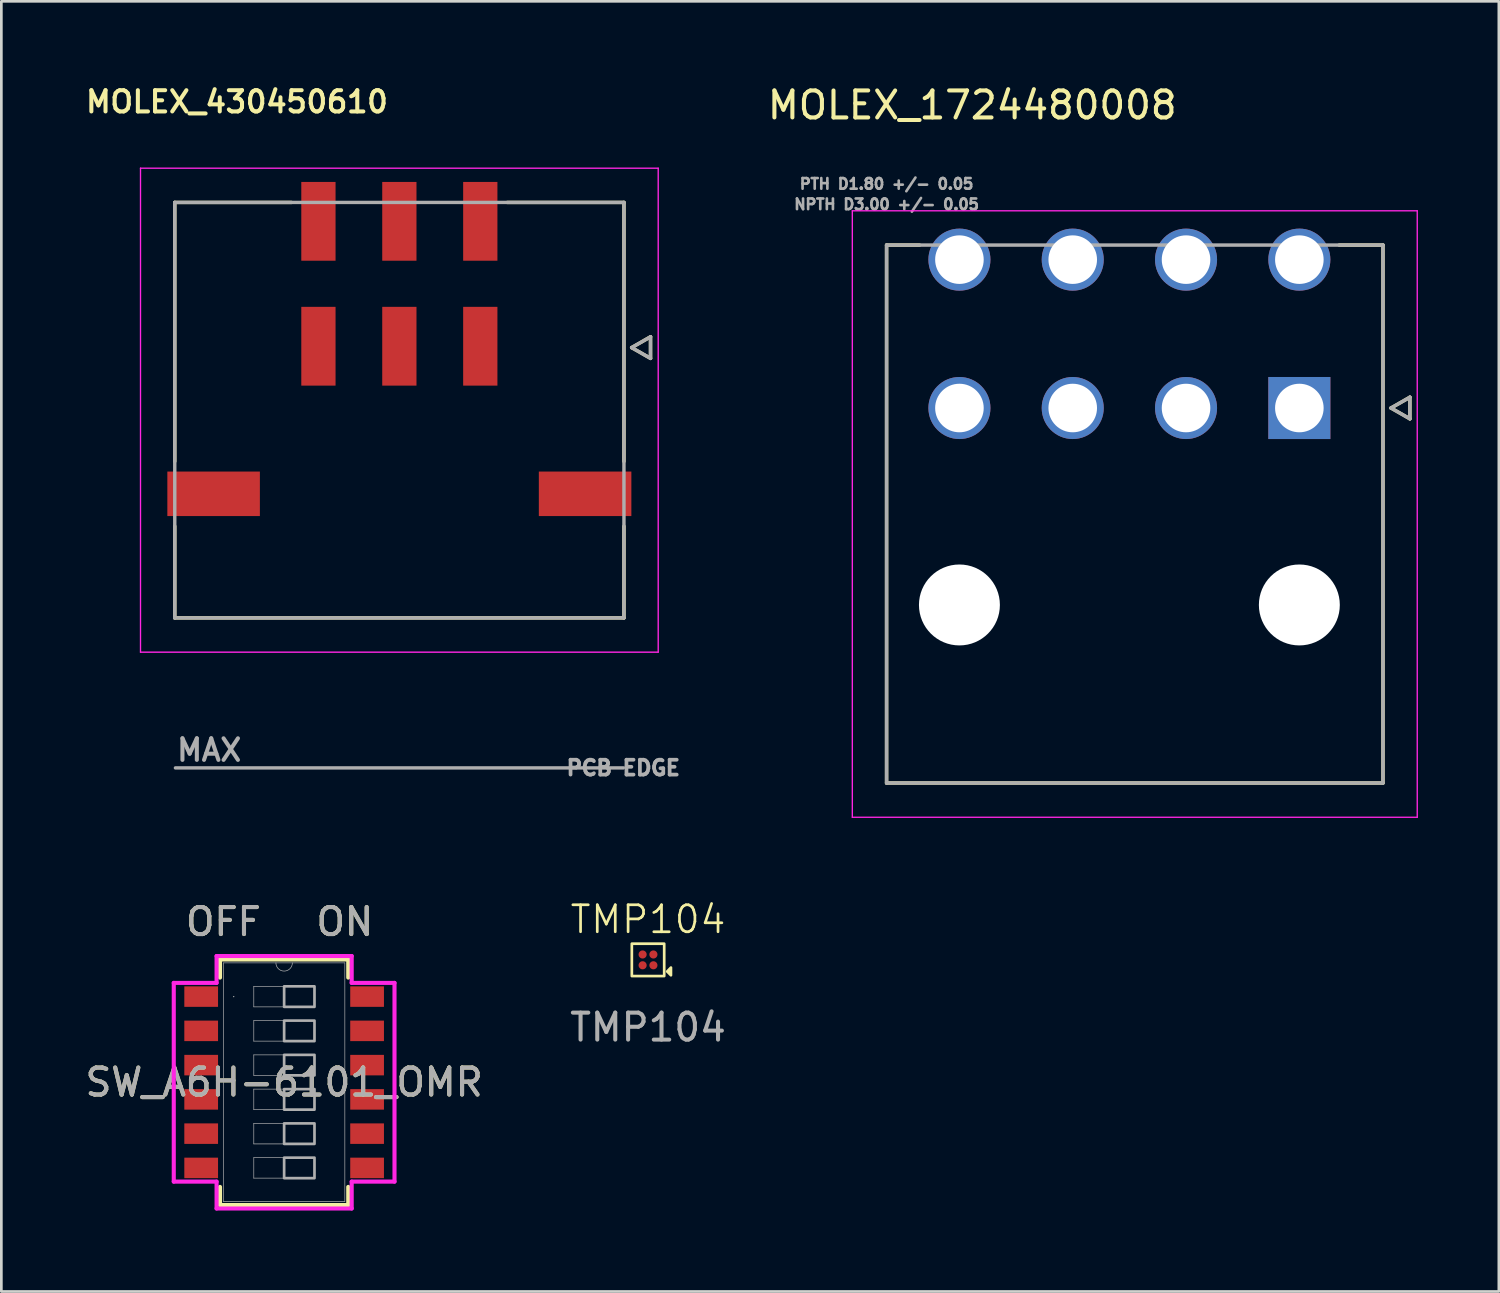
<source format=kicad_pcb>
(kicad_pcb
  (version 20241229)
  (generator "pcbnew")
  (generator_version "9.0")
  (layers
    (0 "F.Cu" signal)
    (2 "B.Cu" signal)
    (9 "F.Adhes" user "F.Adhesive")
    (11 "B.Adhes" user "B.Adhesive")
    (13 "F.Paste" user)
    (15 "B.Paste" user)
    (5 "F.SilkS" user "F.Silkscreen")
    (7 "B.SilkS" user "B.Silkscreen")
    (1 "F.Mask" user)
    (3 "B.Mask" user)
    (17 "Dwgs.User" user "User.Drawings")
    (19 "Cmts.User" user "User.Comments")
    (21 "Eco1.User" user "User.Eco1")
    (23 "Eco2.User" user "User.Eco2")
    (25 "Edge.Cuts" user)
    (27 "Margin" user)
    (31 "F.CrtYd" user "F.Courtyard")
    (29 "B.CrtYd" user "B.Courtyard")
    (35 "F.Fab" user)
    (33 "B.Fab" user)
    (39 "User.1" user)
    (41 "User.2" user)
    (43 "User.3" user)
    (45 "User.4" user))
  (footprint "SW_A6H-6101_OMR"
    (layer "F.Cu")
    (at 7.482 37.066)
    (property "Reference" "SW_A6H-6101_OMR" (at 0 0 0) (unlocked yes) (layer "F.SilkS") (effects (font (size 1 1) (thickness 0.15))))
    (attr smd)
    (fp_line (start -2.377 -4.552) (end -2.377 -3.88) (stroke (width 0.152) (type solid)) (layer "F.SilkS"))
    (fp_line (start -2.377 3.88) (end -2.377 4.552) (stroke (width 0.152) (type solid)) (layer "F.SilkS"))
    (fp_line (start -2.377 4.552) (end 2.377 4.552) (stroke (width 0.152) (type solid)) (layer "F.SilkS"))
    (fp_line (start 2.377 -4.552) (end -2.377 -4.552) (stroke (width 0.152) (type solid)) (layer "F.SilkS"))
    (fp_line (start 2.377 -3.88) (end 2.377 -4.552) (stroke (width 0.152) (type solid)) (layer "F.SilkS"))
    (fp_line (start 2.377 4.552) (end 2.377 3.88) (stroke (width 0.152) (type solid)) (layer "F.SilkS"))
    (fp_line (start -4.091 -3.683) (end -2.504 -3.683) (stroke (width 0.152) (type solid)) (layer "F.CrtYd"))
    (fp_line (start -4.091 3.683) (end -4.091 -3.683) (stroke (width 0.152) (type solid)) (layer "F.CrtYd"))
    (fp_line (start -2.504 -4.679) (end 2.504 -4.679) (stroke (width 0.152) (type solid)) (layer "F.CrtYd"))
    (fp_line (start -2.504 -3.683) (end -2.504 -4.679) (stroke (width 0.152) (type solid)) (layer "F.CrtYd"))
    (fp_line (start -2.504 3.683) (end -4.091 3.683) (stroke (width 0.152) (type solid)) (layer "F.CrtYd"))
    (fp_line (start -2.504 4.679) (end -2.504 3.683) (stroke (width 0.152) (type solid)) (layer "F.CrtYd"))
    (fp_line (start 2.504 -4.679) (end 2.504 -3.683) (stroke (width 0.152) (type solid)) (layer "F.CrtYd"))
    (fp_line (start 2.504 -3.683) (end 4.091 -3.683) (stroke (width 0.152) (type solid)) (layer "F.CrtYd"))
    (fp_line (start 2.504 3.683) (end 2.504 4.679) (stroke (width 0.152) (type solid)) (layer "F.CrtYd"))
    (fp_line (start 2.504 4.679) (end -2.504 4.679) (stroke (width 0.152) (type solid)) (layer "F.CrtYd"))
    (fp_line (start 4.091 -3.683) (end 4.091 3.683) (stroke (width 0.152) (type solid)) (layer "F.CrtYd"))
    (fp_line (start 4.091 3.683) (end 2.504 3.683) (stroke (width 0.152) (type solid)) (layer "F.CrtYd"))
    (fp_line (start -2.25 -4.425) (end -2.25 4.425) (stroke (width 0.025) (type solid)) (layer "F.Fab"))
    (fp_line (start -2.25 4.425) (end 2.25 4.425) (stroke (width 0.025) (type solid)) (layer "F.Fab"))
    (fp_line (start -1.125 -3.555) (end 1.125 -3.555) (stroke (width 0.025) (type solid)) (layer "F.Fab"))
    (fp_line (start -1.125 -2.795) (end -1.125 -3.555) (stroke (width 0.025) (type solid)) (layer "F.Fab"))
    (fp_line (start -1.125 -2.285) (end 1.125 -2.285) (stroke (width 0.025) (type solid)) (layer "F.Fab"))
    (fp_line (start -1.125 -1.525) (end -1.125 -2.285) (stroke (width 0.025) (type solid)) (layer "F.Fab"))
    (fp_line (start -1.125 -1.015) (end 1.125 -1.015) (stroke (width 0.025) (type solid)) (layer "F.Fab"))
    (fp_line (start -1.125 -0.255) (end -1.125 -1.015) (stroke (width 0.025) (type solid)) (layer "F.Fab"))
    (fp_line (start -1.125 0.255) (end 1.125 0.255) (stroke (width 0.025) (type solid)) (layer "F.Fab"))
    (fp_line (start -1.125 1.015) (end -1.125 0.255) (stroke (width 0.025) (type solid)) (layer "F.Fab"))
    (fp_line (start -1.125 1.525) (end 1.125 1.525) (stroke (width 0.025) (type solid)) (layer "F.Fab"))
    (fp_line (start -1.125 2.285) (end -1.125 1.525) (stroke (width 0.025) (type solid)) (layer "F.Fab"))
    (fp_line (start -1.125 2.795) (end 1.125 2.795) (stroke (width 0.025) (type solid)) (layer "F.Fab"))
    (fp_line (start -1.125 3.555) (end -1.125 2.795) (stroke (width 0.025) (type solid)) (layer "F.Fab"))
    (fp_line (start 1.125 -3.555) (end 1.125 -2.795) (stroke (width 0.025) (type solid)) (layer "F.Fab"))
    (fp_line (start 1.125 -2.795) (end -1.125 -2.795) (stroke (width 0.025) (type solid)) (layer "F.Fab"))
    (fp_line (start 1.125 -2.285) (end 1.125 -1.525) (stroke (width 0.025) (type solid)) (layer "F.Fab"))
    (fp_line (start 1.125 -1.525) (end -1.125 -1.525) (stroke (width 0.025) (type solid)) (layer "F.Fab"))
    (fp_line (start 1.125 -1.015) (end 1.125 -0.255) (stroke (width 0.025) (type solid)) (layer "F.Fab"))
    (fp_line (start 1.125 -0.255) (end -1.125 -0.255) (stroke (width 0.025) (type solid)) (layer "F.Fab"))
    (fp_line (start 1.125 0.255) (end 1.125 1.015) (stroke (width 0.025) (type solid)) (layer "F.Fab"))
    (fp_line (start 1.125 1.015) (end -1.125 1.015) (stroke (width 0.025) (type solid)) (layer "F.Fab"))
    (fp_line (start 1.125 1.525) (end 1.125 2.285) (stroke (width 0.025) (type solid)) (layer "F.Fab"))
    (fp_line (start 1.125 2.285) (end -1.125 2.285) (stroke (width 0.025) (type solid)) (layer "F.Fab"))
    (fp_line (start 1.125 2.795) (end 1.125 3.555) (stroke (width 0.025) (type solid)) (layer "F.Fab"))
    (fp_line (start 1.125 3.555) (end -1.125 3.555) (stroke (width 0.025) (type solid)) (layer "F.Fab"))
    (fp_line (start 2.25 -4.425) (end -2.25 -4.425) (stroke (width 0.025) (type solid)) (layer "F.Fab"))
    (fp_line (start 2.25 4.425) (end 2.25 -4.425) (stroke (width 0.025) (type solid)) (layer "F.Fab"))
    (fp_arc (start 0.3048 -4.425) (mid 0 -4.1202) (end -0.3048 -4.425) (stroke (width 0.0254) (type solid)) (layer "F.Fab"))
    (fp_circle (center -1.869 -3.175) (end -1.869 -3.175) (stroke (width 0.025) (type solid)) (fill no) (layer "F.Fab"))
    (fp_poly (pts (xy 0 -3.555) (xy 1.125 -3.555) (xy 1.125 -2.795) (xy 0 -2.795)) (stroke (width 0.1) (type solid)) (fill no) (layer "F.Fab"))
    (fp_poly (pts (xy 0 -2.285) (xy 1.125 -2.285) (xy 1.125 -1.525) (xy 0 -1.525)) (stroke (width 0.1) (type solid)) (fill no) (layer "F.Fab"))
    (fp_poly (pts (xy 0 -1.015) (xy 1.125 -1.015) (xy 1.125 -0.255) (xy 0 -0.255)) (stroke (width 0.1) (type solid)) (fill no) (layer "F.Fab"))
    (fp_poly (pts (xy 0 0.255) (xy 1.125 0.255) (xy 1.125 1.015) (xy 0 1.015)) (stroke (width 0.1) (type solid)) (fill no) (layer "F.Fab"))
    (fp_poly (pts (xy 0 1.525) (xy 1.125 1.525) (xy 1.125 2.285) (xy 0 2.285)) (stroke (width 0.1) (type solid)) (fill no) (layer "F.Fab"))
    (fp_poly (pts (xy 0 2.795) (xy 1.125 2.795) (xy 1.125 3.555) (xy 0 3.555)) (stroke (width 0.1) (type solid)) (fill no) (layer "F.Fab"))
    (fp_text user "OFF" (at -2.25 -5.949 0) (unlocked yes) (layer "F.SilkS") (effects (font (size 1 1) (thickness 0.15))))
    (fp_text user "ON" (at 2.25 -5.949 0) (unlocked yes) (layer "F.SilkS") (effects (font (size 1 1) (thickness 0.15))))
    (fp_text user "OFF" (at -2.25 -5.949 0) (unlocked yes) (layer "F.Fab") (effects (font (size 1 1) (thickness 0.15))))
    (fp_text user "${REFERENCE}" (at 0 0 0) (unlocked yes) (layer "F.Fab") (effects (font (size 1 1) (thickness 0.15))))
    (fp_text user "ON" (at 2.25 -5.949 0) (unlocked yes) (layer "F.Fab") (effects (font (size 1 1) (thickness 0.15))))
    (pad "1" smd rect (at -3.075 -3.175) (size 1.25 0.76) (layers "F.Cu" "F.Mask" "F.Paste"))
    (pad "2" smd rect (at -3.075 -1.905) (size 1.25 0.76) (layers "F.Cu" "F.Mask" "F.Paste"))
    (pad "3" smd rect (at -3.075 -0.635) (size 1.25 0.76) (layers "F.Cu" "F.Mask" "F.Paste"))
    (pad "4" smd rect (at -3.075 0.635) (size 1.25 0.76) (layers "F.Cu" "F.Mask" "F.Paste"))
    (pad "5" smd rect (at -3.075 1.905) (size 1.25 0.76) (layers "F.Cu" "F.Mask" "F.Paste"))
    (pad "6" smd rect (at -3.075 3.175) (size 1.25 0.76) (layers "F.Cu" "F.Mask" "F.Paste"))
    (pad "7" smd rect (at 3.075 3.175) (size 1.25 0.76) (layers "F.Cu" "F.Mask" "F.Paste"))
    (pad "8" smd rect (at 3.075 1.905) (size 1.25 0.76) (layers "F.Cu" "F.Mask" "F.Paste"))
    (pad "9" smd rect (at 3.075 0.635) (size 1.25 0.76) (layers "F.Cu" "F.Mask" "F.Paste"))
    (pad "10" smd rect (at 3.075 -0.635) (size 1.25 0.76) (layers "F.Cu" "F.Mask" "F.Paste"))
    (pad "11" smd rect (at 3.075 -1.905) (size 1.25 0.76) (layers "F.Cu" "F.Mask" "F.Paste"))
    (pad "12" smd rect (at 3.075 -3.175) (size 1.25 0.76) (layers "F.Cu" "F.Mask" "F.Paste")))
  (footprint "MOLEX_1724480008"
    (layer "F.Cu")
    (at 45.113 12.074)
    (property "Reference" "MOLEX_1724480008" (at -12.125 -11.226 0) (layer "F.SilkS") (effects (font (size 1 1) (thickness 0.15))))
    (attr through_hole)
    (fp_circle (center -12.6 -5.5) (end -11.987 -5.5) (stroke (width 1.226) (type solid)) (fill no) (layer "F.Mask"))
    (fp_circle (center -12.6 0) (end -11.987 0) (stroke (width 1.226) (type solid)) (fill no) (layer "F.Mask"))
    (fp_circle (center -12.6 7.3) (end -11.812 7.3) (stroke (width 1.576) (type solid)) (fill no) (layer "F.Mask"))
    (fp_circle (center -8.4 -5.5) (end -7.787 -5.5) (stroke (width 1.226) (type solid)) (fill no) (layer "F.Mask"))
    (fp_circle (center -8.4 0) (end -7.787 0) (stroke (width 1.226) (type solid)) (fill no) (layer "F.Mask"))
    (fp_circle (center -4.2 -5.5) (end -3.587 -5.5) (stroke (width 1.226) (type solid)) (fill no) (layer "F.Mask"))
    (fp_circle (center -4.2 0) (end -3.587 0) (stroke (width 1.226) (type solid)) (fill no) (layer "F.Mask"))
    (fp_circle (center 0 -5.5) (end 0.613 -5.5) (stroke (width 1.226) (type solid)) (fill no) (layer "F.Mask"))
    (fp_circle (center 0 7.3) (end 0.788 7.3) (stroke (width 1.576) (type solid)) (fill no) (layer "F.Mask"))
    (fp_poly (pts (xy -1.226 -1.226) (xy 1.226 -1.226) (xy 1.226 1.226) (xy -1.226 1.226)) (stroke (width 0.01) (type solid)) (fill yes) (layer "F.Mask"))
    (fp_circle (center -12.6 -5.5) (end -11.987 -5.5) (stroke (width 1.226) (type solid)) (fill no) (layer "B.Mask"))
    (fp_circle (center -12.6 0) (end -11.987 0) (stroke (width 1.226) (type solid)) (fill no) (layer "B.Mask"))
    (fp_circle (center -12.6 7.3) (end -11.812 7.3) (stroke (width 1.576) (type solid)) (fill no) (layer "B.Mask"))
    (fp_circle (center -8.4 -5.5) (end -7.787 -5.5) (stroke (width 1.226) (type solid)) (fill no) (layer "B.Mask"))
    (fp_circle (center -8.4 0) (end -7.787 0) (stroke (width 1.226) (type solid)) (fill no) (layer "B.Mask"))
    (fp_circle (center -4.2 -5.5) (end -3.587 -5.5) (stroke (width 1.226) (type solid)) (fill no) (layer "B.Mask"))
    (fp_circle (center -4.2 0) (end -3.587 0) (stroke (width 1.226) (type solid)) (fill no) (layer "B.Mask"))
    (fp_circle (center 0 -5.5) (end 0.613 -5.5) (stroke (width 1.226) (type solid)) (fill no) (layer "B.Mask"))
    (fp_circle (center 0 7.3) (end 0.788 7.3) (stroke (width 1.576) (type solid)) (fill no) (layer "B.Mask"))
    (fp_poly (pts (xy -1.226 -1.226) (xy 1.226 -1.226) (xy 1.226 1.226) (xy -1.226 1.226)) (stroke (width 0.01) (type solid)) (fill yes) (layer "B.Mask"))
    (fp_line (start -15.3 -6.04) (end -14.076 -6.04) (stroke (width 0.127) (type solid)) (layer "F.SilkS"))
    (fp_line (start -15.3 13.9) (end -15.3 -6.04) (stroke (width 0.127) (type solid)) (layer "F.SilkS"))
    (fp_line (start 3.1 -6.04) (end 1.476 -6.04) (stroke (width 0.127) (type solid)) (layer "F.SilkS"))
    (fp_line (start 3.1 -6.04) (end 3.1 13.9) (stroke (width 0.127) (type solid)) (layer "F.SilkS"))
    (fp_line (start 3.1 13.9) (end -15.3 13.9) (stroke (width 0.127) (type solid)) (layer "F.SilkS"))
    (fp_line (start 3.397 0) (end 4.097 0.4) (stroke (width 0.127) (type solid)) (layer "F.SilkS"))
    (fp_line (start 4.097 -0.4) (end 3.397 0) (stroke (width 0.127) (type solid)) (layer "F.SilkS"))
    (fp_line (start 4.097 0.4) (end 4.097 -0.4) (stroke (width 0.127) (type solid)) (layer "F.SilkS"))
    (fp_line (start -16.57 -7.31) (end 4.37 -7.31) (stroke (width 0.05) (type solid)) (layer "F.CrtYd"))
    (fp_line (start -16.57 15.17) (end -16.57 -7.31) (stroke (width 0.05) (type solid)) (layer "F.CrtYd"))
    (fp_line (start 4.37 -7.31) (end 4.37 15.17) (stroke (width 0.05) (type solid)) (layer "F.CrtYd"))
    (fp_line (start 4.37 15.17) (end -16.57 15.17) (stroke (width 0.05) (type solid)) (layer "F.CrtYd"))
    (fp_line (start -15.3 -6.04) (end 3.1 -6.04) (stroke (width 0.127) (type solid)) (layer "F.Fab"))
    (fp_line (start -15.3 13.9) (end -15.3 -6.04) (stroke (width 0.127) (type solid)) (layer "F.Fab"))
    (fp_line (start 3.1 -6.04) (end 3.1 13.9) (stroke (width 0.127) (type solid)) (layer "F.Fab"))
    (fp_line (start 3.1 13.9) (end -15.3 13.9) (stroke (width 0.127) (type solid)) (layer "F.Fab"))
    (fp_line (start 3.397 0) (end 4.097 0.4) (stroke (width 0.127) (type solid)) (layer "F.Fab"))
    (fp_line (start 4.097 -0.4) (end 3.397 0) (stroke (width 0.127) (type solid)) (layer "F.Fab"))
    (fp_line (start 4.097 0.4) (end 4.097 -0.4) (stroke (width 0.127) (type solid)) (layer "F.Fab"))
    (fp_text user "PTH D1.80 +/- 0.05" (at -15.3 -8.307 0) (layer "F.Fab") (effects (font (size 0.394 0.394) (thickness 0.15))))
    (fp_text user "NPTH D3.00 +/- 0.05" (at -15.3 -7.55 0) (layer "F.Fab") (effects (font (size 0.394 0.394) (thickness 0.15))))
    (pad "" np_thru_hole circle (at -12.6 7.3) (size 3 3) (drill 3) (layers "*.Cu" "*.Mask"))
    (pad "" np_thru_hole circle (at 0 7.3) (size 3 3) (drill 3) (layers "*.Cu" "*.Mask"))
    (pad "1" thru_hole rect (at 0 0) (size 2.3 2.3) (drill 1.8) (layers "*.Cu"))
    (pad "2" thru_hole circle (at -4.2 0) (size 2.3 2.3) (drill 1.8) (layers "*.Cu"))
    (pad "3" thru_hole circle (at -8.4 0) (size 2.3 2.3) (drill 1.8) (layers "*.Cu"))
    (pad "4" thru_hole circle (at -12.6 0) (size 2.3 2.3) (drill 1.8) (layers "*.Cu"))
    (pad "5" thru_hole circle (at 0 -5.5) (size 2.3 2.3) (drill 1.8) (layers "*.Cu"))
    (pad "6" thru_hole circle (at -4.2 -5.5) (size 2.3 2.3) (drill 1.8) (layers "*.Cu"))
    (pad "7" thru_hole circle (at -8.4 -5.5) (size 2.3 2.3) (drill 1.8) (layers "*.Cu"))
    (pad "8" thru_hole circle (at -12.6 -5.5) (size 2.3 2.3) (drill 1.8) (layers "*.Cu")))
  (footprint "TMP104"
    (layer "F.Cu")
    (at 20.97 32.53)
    (property "Reference" "TMP104" (at 0 -1.5 0) (unlocked yes) (layer "F.SilkS") (effects (font (size 1 1) (thickness 0.1))))
    (attr smd)
    (fp_rect (start -0.6 -0.6) (end 0.6 0.6) (stroke (width 0.1) (type default)) (fill no) (layer "F.SilkS"))
    (fp_poly (pts (xy 0.85 0.285) (xy 0.71 0.43) (xy 0.85 0.57)) (stroke (width 0.1) (type solid)) (fill yes) (layer "F.SilkS"))
    (fp_text user "${REFERENCE}" (at 0 2.5 0) (unlocked yes) (layer "F.Fab") (effects (font (size 1 1) (thickness 0.15))))
    (pad "1" smd circle (at 0.2 0.2) (size 0.3 0.3) (layers "F.Cu" "F.Mask" "F.Paste"))
    (pad "2" smd circle (at -0.2 0.2) (size 0.3 0.3) (layers "F.Cu" "F.Mask" "F.Paste"))
    (pad "3" smd circle (at 0.2 -0.2) (size 0.3 0.3) (layers "F.Cu" "F.Mask" "F.Paste"))
    (pad "4" smd circle (at -0.2 -0.2) (size 0.3 0.3) (layers "F.Cu" "F.Mask" "F.Paste")))
  (footprint "MOLEX_430450610"
    (layer "F.Cu")
    (at 11.753 12.154)
    (property "Reference" "MOLEX_430450610" (at -6.02 -11.43 0) (layer "F.SilkS") (effects (font (size 0.787 0.787) (thickness 0.15))))
    (attr smd)
    (fp_poly (pts (xy -8.676 2.199) (xy -5.094 2.199) (xy -5.094 4.001) (xy -8.676 4.001)) (stroke (width 0.01) (type solid)) (fill yes) (layer "F.Mask"))
    (fp_poly (pts (xy -3.711 -8.536) (xy -2.289 -8.536) (xy -2.289 -5.464) (xy -3.711 -5.464)) (stroke (width 0.01) (type solid)) (fill yes) (layer "F.Mask"))
    (fp_poly (pts (xy -3.711 -3.906) (xy -2.289 -3.906) (xy -2.289 -0.834) (xy -3.711 -0.834)) (stroke (width 0.01) (type solid)) (fill yes) (layer "F.Mask"))
    (fp_poly (pts (xy -0.711 -8.536) (xy 0.711 -8.536) (xy 0.711 -5.464) (xy -0.711 -5.464)) (stroke (width 0.01) (type solid)) (fill yes) (layer "F.Mask"))
    (fp_poly (pts (xy -0.711 -3.906) (xy 0.711 -3.906) (xy 0.711 -0.834) (xy -0.711 -0.834)) (stroke (width 0.01) (type solid)) (fill yes) (layer "F.Mask"))
    (fp_poly (pts (xy 2.289 -8.536) (xy 3.711 -8.536) (xy 3.711 -5.464) (xy 2.289 -5.464)) (stroke (width 0.01) (type solid)) (fill yes) (layer "F.Mask"))
    (fp_poly (pts (xy 2.289 -3.906) (xy 3.711 -3.906) (xy 3.711 -0.834) (xy 2.289 -0.834)) (stroke (width 0.01) (type solid)) (fill yes) (layer "F.Mask"))
    (fp_poly (pts (xy 5.094 2.199) (xy 8.676 2.199) (xy 8.676 4.001) (xy 5.094 4.001)) (stroke (width 0.01) (type solid)) (fill yes) (layer "F.Mask"))
    (fp_line (start -8.325 -7.7) (end -8.325 1.9) (stroke (width 0.127) (type solid)) (layer "F.SilkS"))
    (fp_line (start -8.325 4.3) (end -8.325 7.7) (stroke (width 0.127) (type solid)) (layer "F.SilkS"))
    (fp_line (start -8.325 7.7) (end 8.325 7.7) (stroke (width 0.127) (type solid)) (layer "F.SilkS"))
    (fp_line (start -4 -7.7) (end -8.325 -7.7) (stroke (width 0.127) (type solid)) (layer "F.SilkS"))
    (fp_line (start 8.325 -7.7) (end 4 -7.7) (stroke (width 0.127) (type solid)) (layer "F.SilkS"))
    (fp_line (start 8.325 1.9) (end 8.325 -7.7) (stroke (width 0.127) (type solid)) (layer "F.SilkS"))
    (fp_line (start 8.325 7.7) (end 8.325 4.3) (stroke (width 0.127) (type solid)) (layer "F.SilkS"))
    (fp_line (start 8.61 -2.32) (end 9.31 -1.92) (stroke (width 0.127) (type solid)) (layer "F.SilkS"))
    (fp_line (start 9.31 -2.72) (end 8.61 -2.32) (stroke (width 0.127) (type solid)) (layer "F.SilkS"))
    (fp_line (start 9.31 -1.92) (end 9.31 -2.72) (stroke (width 0.127) (type solid)) (layer "F.SilkS"))
    (fp_line (start -9.595 -8.97) (end -9.595 8.97) (stroke (width 0.05) (type solid)) (layer "F.CrtYd"))
    (fp_line (start -9.595 8.97) (end 9.595 8.97) (stroke (width 0.05) (type solid)) (layer "F.CrtYd"))
    (fp_line (start 9.595 -8.97) (end -9.595 -8.97) (stroke (width 0.05) (type solid)) (layer "F.CrtYd"))
    (fp_line (start 9.595 8.97) (end 9.595 -8.97) (stroke (width 0.05) (type solid)) (layer "F.CrtYd"))
    (fp_line (start -8.325 -7.7) (end 8.325 -7.7) (stroke (width 0.127) (type solid)) (layer "F.Fab"))
    (fp_line (start -8.325 7.7) (end -8.325 -7.7) (stroke (width 0.127) (type solid)) (layer "F.Fab"))
    (fp_line (start -8.3 13.26) (end 8.3 13.26) (stroke (width 0.127) (type solid)) (layer "F.Fab"))
    (fp_line (start 8.325 -7.7) (end 8.325 7.7) (stroke (width 0.127) (type solid)) (layer "F.Fab"))
    (fp_line (start 8.325 7.7) (end -8.325 7.7) (stroke (width 0.127) (type solid)) (layer "F.Fab"))
    (fp_line (start 8.61 -2.32) (end 9.31 -1.92) (stroke (width 0.127) (type solid)) (layer "F.Fab"))
    (fp_line (start 9.31 -2.72) (end 8.61 -2.32) (stroke (width 0.127) (type solid)) (layer "F.Fab"))
    (fp_line (start 9.31 -1.92) (end 9.31 -2.72) (stroke (width 0.127) (type solid)) (layer "F.Fab"))
    (fp_text user "PCB EDGE" (at 8.3 13.26 0) (layer "F.Fab") (effects (font (size 0.551 0.551) (thickness 0.15))))
    (fp_text user "MAX" (at -7.05 12.6 0) (layer "F.Fab") (effects (font (size 0.8 0.8) (thickness 0.15))))
    (pad "1" smd rect (at 3 -2.37) (size 1.27 2.92) (layers "F.Cu" "F.Paste"))
    (pad "2" smd rect (at 0 -2.37) (size 1.27 2.92) (layers "F.Cu" "F.Paste"))
    (pad "3" smd rect (at -3 -2.37) (size 1.27 2.92) (layers "F.Cu" "F.Paste"))
    (pad "4" smd rect (at 3 -7) (size 1.27 2.92) (layers "F.Cu" "F.Paste"))
    (pad "5" smd rect (at 0 -7) (size 1.27 2.92) (layers "F.Cu" "F.Paste"))
    (pad "6" smd rect (at -3 -7) (size 1.27 2.92) (layers "F.Cu" "F.Paste"))
    (pad "S1" smd rect (at 6.885 3.1) (size 3.43 1.65) (layers "F.Cu" "F.Paste"))
    (pad "S2" smd rect (at -6.885 3.1) (size 3.43 1.65) (layers "F.Cu" "F.Paste"))
    (zone (net_name "") (layer "F.Cu") (hatch full 0.508) (connect_pads) (min_thickness 0.01) (filled_areas_thickness no) (keepout (tracks not_allowed) (vias not_allowed) (pads not_allowed) (copperpour not_allowed) (footprints allowed)) (placement (enabled no)) (fill) (polygon (pts (xy 4.678 11.594) (xy 7.128 11.594) (xy 7.128 13.194) (xy 4.678 13.194))))
    (zone (net_name "") (layer "F.Cu") (hatch full 0.508) (connect_pads) (min_thickness 0.01) (filled_areas_thickness no) (keepout (tracks not_allowed) (vias not_allowed) (pads not_allowed) (copperpour not_allowed) (footprints allowed)) (placement (enabled no)) (fill) (polygon (pts (xy 16.378 11.594) (xy 18.828 11.594) (xy 18.828 13.194) (xy 16.378 13.194))))
    (zone (net_name "") (layers "F.Cu" "B.Cu") (hatch full 0.508) (connect_pads) (min_thickness 0.01) (filled_areas_thickness no) (keepout (tracks allowed) (vias not_allowed) (pads allowed) (copperpour allowed) (footprints allowed)) (placement (enabled no)) (fill) (polygon (pts (xy 4.678 11.594) (xy 7.128 11.594) (xy 7.128 13.194) (xy 4.678 13.194))))
    (zone (net_name "") (layers "F.Cu" "B.Cu") (hatch full 0.508) (connect_pads) (min_thickness 0.01) (filled_areas_thickness no) (keepout (tracks allowed) (vias not_allowed) (pads allowed) (copperpour allowed) (footprints allowed)) (placement (enabled no)) (fill) (polygon (pts (xy 16.378 11.594) (xy 18.828 11.594) (xy 18.828 13.194) (xy 16.378 13.194)))))
  (gr_rect
    (start -3 -3)
    (end 52.508 44.822)
    (stroke (width 0.1) (type default))
    (fill no)
    (layer "Edge.Cuts")))
</source>
